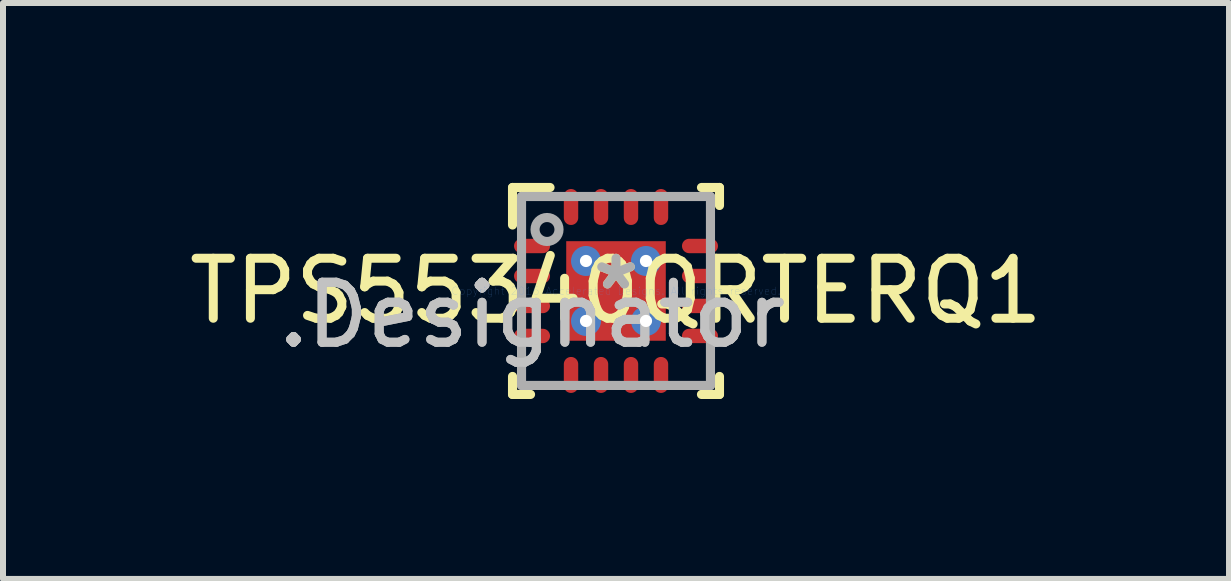
<source format=kicad_pcb>
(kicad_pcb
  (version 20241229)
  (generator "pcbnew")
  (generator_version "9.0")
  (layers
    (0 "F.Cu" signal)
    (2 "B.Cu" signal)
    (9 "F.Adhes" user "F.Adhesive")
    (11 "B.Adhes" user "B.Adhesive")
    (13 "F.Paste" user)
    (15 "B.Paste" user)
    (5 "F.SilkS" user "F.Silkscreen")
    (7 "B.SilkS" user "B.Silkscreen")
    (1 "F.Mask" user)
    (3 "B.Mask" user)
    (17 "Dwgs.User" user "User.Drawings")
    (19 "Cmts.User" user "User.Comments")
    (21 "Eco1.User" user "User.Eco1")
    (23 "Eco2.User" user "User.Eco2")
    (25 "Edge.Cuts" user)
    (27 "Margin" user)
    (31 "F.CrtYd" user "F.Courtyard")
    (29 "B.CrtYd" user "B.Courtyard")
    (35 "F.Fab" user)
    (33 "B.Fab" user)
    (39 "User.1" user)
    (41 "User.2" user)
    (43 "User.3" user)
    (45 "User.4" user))
  (footprint "TPS55340QRTERQ1"
    (layer "F.Cu")
    (at 7.22 1.801)
    (property "Reference" "TPS55340QRTERQ1" (at 0 0 0) (layer "F.SilkS") (effects (font (size 1 1) (thickness 0.15))))
    (attr through_hole)
    (fp_line (start -1.725 -1.725) (end -1.1 -1.725) (stroke (width 0.152) (type solid)) (layer "F.SilkS"))
    (fp_line (start -1.725 -1.1) (end -1.725 -1.725) (stroke (width 0.152) (type solid)) (layer "F.SilkS"))
    (fp_line (start -1.725 1.725) (end -1.725 1.425) (stroke (width 0.152) (type solid)) (layer "F.SilkS"))
    (fp_line (start -1.725 1.725) (end -1.425 1.725) (stroke (width 0.152) (type solid)) (layer "F.SilkS"))
    (fp_line (start 1.425 -1.725) (end 1.725 -1.725) (stroke (width 0.152) (type solid)) (layer "F.SilkS"))
    (fp_line (start 1.425 1.725) (end 1.725 1.725) (stroke (width 0.152) (type solid)) (layer "F.SilkS"))
    (fp_line (start 1.725 -1.425) (end 1.725 -1.725) (stroke (width 0.152) (type solid)) (layer "F.SilkS"))
    (fp_line (start 1.725 1.725) (end 1.725 1.425) (stroke (width 0.152) (type solid)) (layer "F.SilkS"))
    (fp_line (start -0.756 -0.756) (end -0.756 0.756) (stroke (width 0.152) (type solid)) (layer "F.Paste"))
    (fp_line (start -0.756 0.756) (end 0.756 0.756) (stroke (width 0.152) (type solid)) (layer "F.Paste"))
    (fp_line (start 0.756 -0.756) (end -0.756 -0.756) (stroke (width 0.152) (type solid)) (layer "F.Paste"))
    (fp_line (start 0.756 0.756) (end 0.756 -0.756) (stroke (width 0.152) (type solid)) (layer "F.Paste"))
    (fp_line (start -1.575 -1.575) (end 1.575 -1.575) (stroke (width 0.152) (type solid)) (layer "F.Fab"))
    (fp_line (start -1.575 1.575) (end -1.575 -1.575) (stroke (width 0.152) (type solid)) (layer "F.Fab"))
    (fp_line (start -1.575 1.575) (end 1.575 1.575) (stroke (width 0.152) (type solid)) (layer "F.Fab"))
    (fp_line (start 1.575 1.575) (end 1.575 -1.575) (stroke (width 0.152) (type solid)) (layer "F.Fab"))
    (fp_circle (center -1.15 -1.025) (end -0.95 -1.025) (stroke (width 0.152) (type solid)) (fill no) (layer "F.Fab"))
    (fp_text user "*" (at 0 0 0) (layer "F.SilkS") (effects (font (size 1 1) (thickness 0.15))))
    (fp_text user ".Designator" (at -1.4 0.4 0) (layer "Dwgs.User") (effects (font (size 1 1) (thickness 0.15))))
    (fp_text user "Copyright 2016 Accelerated Designs. All rights reserved." (at 0 0 0) (layer "Cmts.User") (effects (font (size 0.127 0.127) (thickness 0.002))))
    (fp_text user ".Designator" (at -1.4 0.4 0) (layer "F.Fab") (effects (font (size 1 1) (thickness 0.15))))
    (fp_text user "*" (at 0 0 0) (layer "F.Fab") (effects (font (size 1 1) (thickness 0.15))))
    (pad "1" smd oval (at -1.4 -0.75) (size 0.6 0.24) (layers "F.Cu" "F.Mask" "F.Paste"))
    (pad "2" smd oval (at -1.4 -0.25) (size 0.6 0.24) (layers "F.Cu" "F.Mask" "F.Paste"))
    (pad "3" smd oval (at -1.4 0.25) (size 0.6 0.24) (layers "F.Cu" "F.Mask" "F.Paste"))
    (pad "4" smd oval (at -1.4 0.75) (size 0.6 0.24) (layers "F.Cu" "F.Mask" "F.Paste"))
    (pad "5" smd oval (at -0.75 1.4 90) (size 0.6 0.24) (layers "F.Cu" "F.Mask" "F.Paste"))
    (pad "6" smd oval (at -0.25 1.4 90) (size 0.6 0.24) (layers "F.Cu" "F.Mask" "F.Paste"))
    (pad "7" smd oval (at 0.25 1.4 90) (size 0.6 0.24) (layers "F.Cu" "F.Mask" "F.Paste"))
    (pad "8" smd oval (at 0.75 1.4 90) (size 0.6 0.24) (layers "F.Cu" "F.Mask" "F.Paste"))
    (pad "9" smd oval (at 1.4 0.75) (size 0.6 0.24) (layers "F.Cu" "F.Mask" "F.Paste"))
    (pad "10" smd oval (at 1.4 0.25) (size 0.6 0.24) (layers "F.Cu" "F.Mask" "F.Paste"))
    (pad "11" smd oval (at 1.4 -0.25) (size 0.6 0.24) (layers "F.Cu" "F.Mask" "F.Paste"))
    (pad "12" smd oval (at 1.4 -0.75) (size 0.6 0.24) (layers "F.Cu" "F.Mask" "F.Paste"))
    (pad "13" smd oval (at 0.75 -1.4 90) (size 0.6 0.24) (layers "F.Cu" "F.Mask" "F.Paste"))
    (pad "14" smd oval (at 0.25 -1.4 90) (size 0.6 0.24) (layers "F.Cu" "F.Mask" "F.Paste"))
    (pad "15" smd oval (at -0.25 -1.4 90) (size 0.6 0.24) (layers "F.Cu" "F.Mask" "F.Paste"))
    (pad "16" smd oval (at -0.75 -1.4 90) (size 0.6 0.24) (layers "F.Cu" "F.Mask" "F.Paste"))
    (pad "17" smd rect (at 0 0) (size 1.66 1.66) (layers "F.Cu" "F.Mask" "F.Paste"))
    (pad "V" thru_hole circle (at -0.5 -0.5) (size 0.5 0.5) (drill 0.203) (layers "*.Cu" "*.Mask"))
    (pad "V" thru_hole circle (at -0.5 0.5) (size 0.5 0.5) (drill 0.203) (layers "*.Cu" "*.Mask"))
    (pad "V" thru_hole circle (at 0.5 -0.5) (size 0.5 0.5) (drill 0.203) (layers "*.Cu" "*.Mask"))
    (pad "V" thru_hole circle (at 0.5 0.5) (size 0.5 0.5) (drill 0.203) (layers "*.Cu" "*.Mask")))
  (gr_rect
    (start -3 -3)
    (end 17.44 6.602)
    (stroke (width 0.1) (type default))
    (fill no)
    (layer "Edge.Cuts")))
</source>
